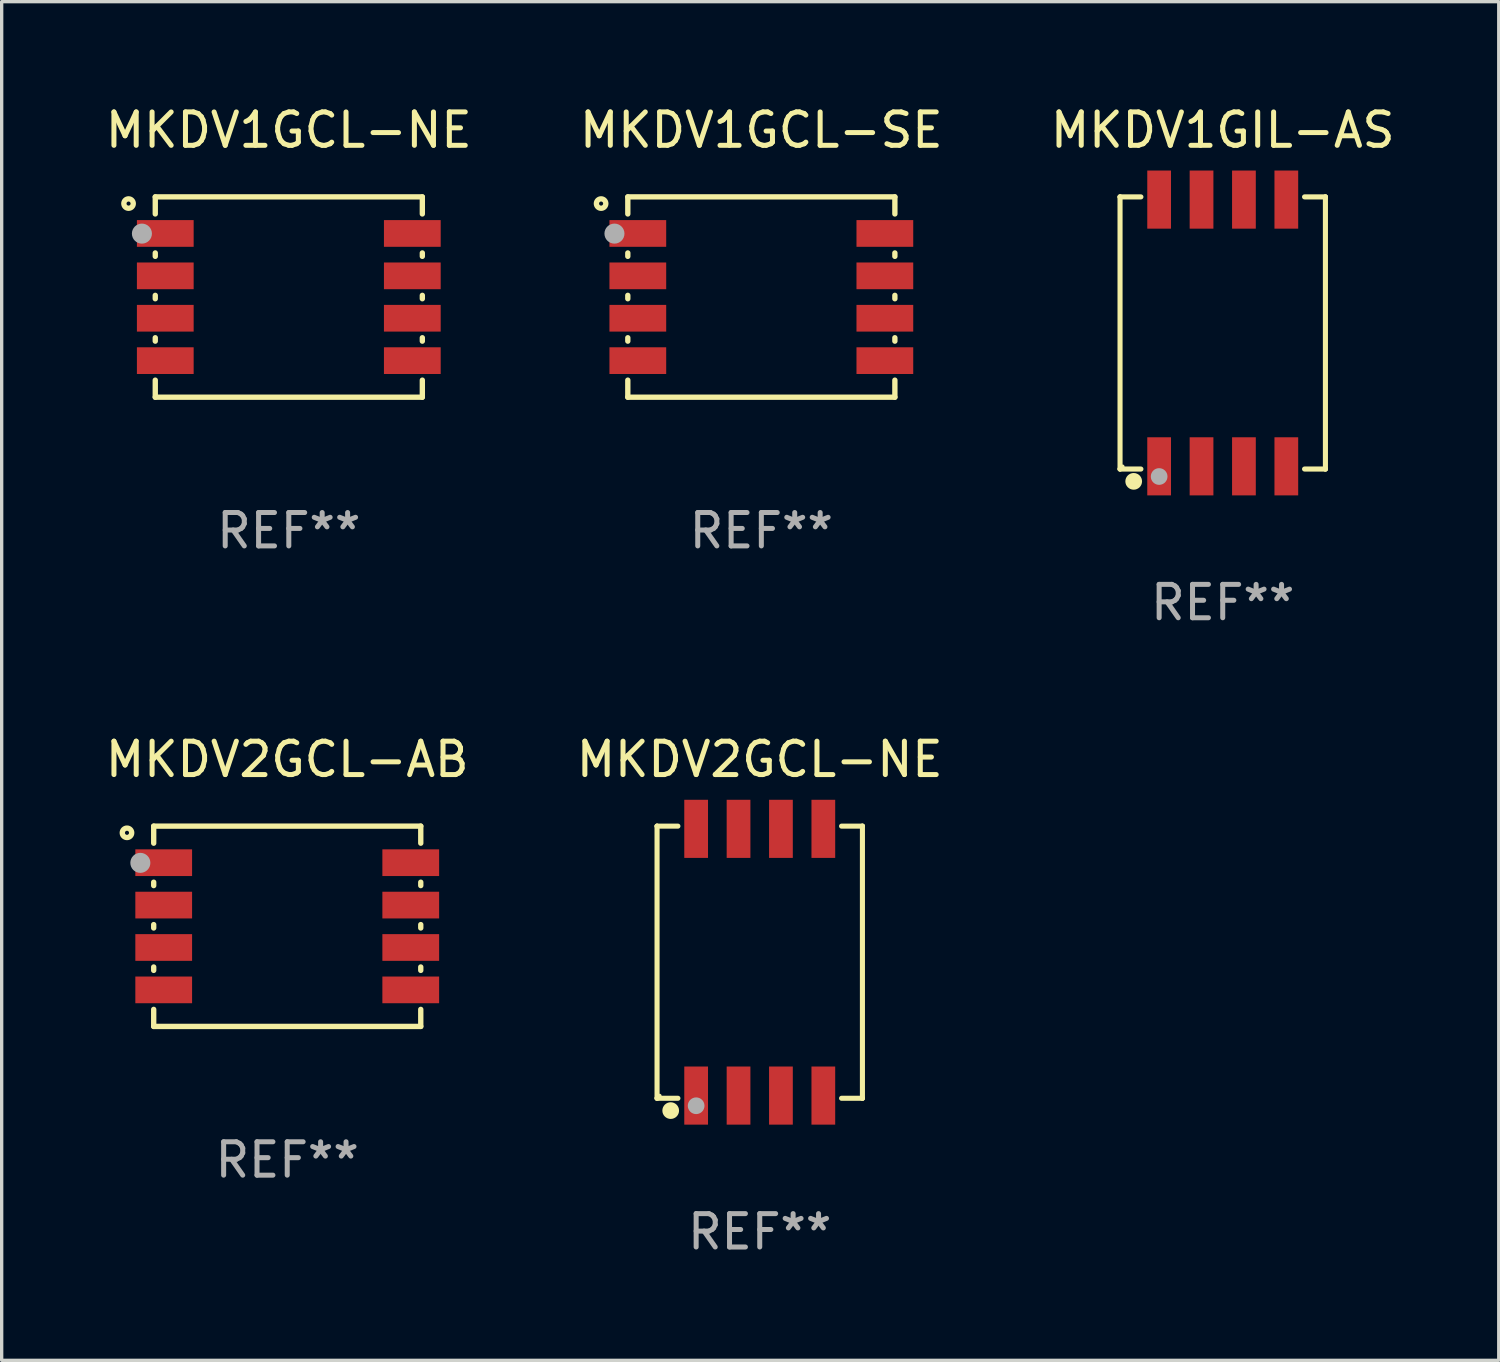
<source format=kicad_pcb>
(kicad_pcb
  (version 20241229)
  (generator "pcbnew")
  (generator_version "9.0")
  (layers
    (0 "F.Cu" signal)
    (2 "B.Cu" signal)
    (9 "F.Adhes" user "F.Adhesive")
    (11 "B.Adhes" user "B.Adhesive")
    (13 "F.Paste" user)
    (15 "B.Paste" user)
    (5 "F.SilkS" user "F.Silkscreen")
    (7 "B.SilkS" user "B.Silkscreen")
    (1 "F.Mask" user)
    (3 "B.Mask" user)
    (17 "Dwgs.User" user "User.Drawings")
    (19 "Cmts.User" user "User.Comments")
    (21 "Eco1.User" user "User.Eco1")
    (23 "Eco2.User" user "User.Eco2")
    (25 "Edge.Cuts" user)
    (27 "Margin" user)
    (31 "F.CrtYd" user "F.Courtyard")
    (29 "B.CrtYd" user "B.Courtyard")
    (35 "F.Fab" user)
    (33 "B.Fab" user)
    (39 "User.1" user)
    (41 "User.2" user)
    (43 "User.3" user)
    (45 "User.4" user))
  (footprint "MKDV2GCL-AB"
    (layer "F.Cu")
    (at 5.554 24.697)
    (property "Reference" "MKDV2GCL-AB" (at 0 -5 0) (layer "F.SilkS") (effects (font (size 1 1) (thickness 0.15))))
    (attr through_hole)
    (fp_line (start -4 -3) (end -4 -2.489) (stroke (width 0.16) (type solid)) (layer "F.SilkS"))
    (fp_line (start -4 -3) (end 4 -3) (stroke (width 0.16) (type solid)) (layer "F.SilkS"))
    (fp_line (start -4 -1.321) (end -4 -1.219) (stroke (width 0.16) (type solid)) (layer "F.SilkS"))
    (fp_line (start -4 -0.051) (end -4 0.051) (stroke (width 0.16) (type solid)) (layer "F.SilkS"))
    (fp_line (start -4 1.219) (end -4 1.321) (stroke (width 0.16) (type solid)) (layer "F.SilkS"))
    (fp_line (start -4 2.489) (end -4 3) (stroke (width 0.16) (type solid)) (layer "F.SilkS"))
    (fp_line (start -4 3) (end 4 3) (stroke (width 0.16) (type solid)) (layer "F.SilkS"))
    (fp_line (start 4 -3) (end 4 -2.489) (stroke (width 0.16) (type solid)) (layer "F.SilkS"))
    (fp_line (start 4 -1.321) (end 4 -1.219) (stroke (width 0.16) (type solid)) (layer "F.SilkS"))
    (fp_line (start 4 -0.051) (end 4 0.051) (stroke (width 0.16) (type solid)) (layer "F.SilkS"))
    (fp_line (start 4 1.219) (end 4 1.321) (stroke (width 0.16) (type solid)) (layer "F.SilkS"))
    (fp_line (start 4 2.489) (end 4 3) (stroke (width 0.16) (type solid)) (layer "F.SilkS"))
    (fp_circle (center -4.8 -2.8) (end -4.659 -2.8) (stroke (width 0.16) (type solid)) (fill no) (layer "F.SilkS"))
    (fp_circle (center -4 -3) (end -3.97 -3) (stroke (width 0.06) (type solid)) (fill no) (layer "F.SilkS"))
    (fp_circle (center -4.4 -1.9) (end -4.25 -1.9) (stroke (width 0.3) (type solid)) (fill no) (layer "F.Fab"))
    (fp_text user "REF**" (at 0 7 0) (layer "F.Fab") (effects (font (size 1 1) (thickness 0.15))))
    (pad "1" smd rect (at -3.7 -1.905) (size 1.7 0.8) (layers "F.Cu" "F.Mask" "F.Paste"))
    (pad "2" smd rect (at -3.7 -0.635) (size 1.7 0.8) (layers "F.Cu" "F.Mask" "F.Paste"))
    (pad "3" smd rect (at -3.7 0.635) (size 1.7 0.8) (layers "F.Cu" "F.Mask" "F.Paste"))
    (pad "4" smd rect (at -3.7 1.905) (size 1.7 0.8) (layers "F.Cu" "F.Mask" "F.Paste"))
    (pad "5" smd rect (at 3.7 1.905) (size 1.7 0.8) (layers "F.Cu" "F.Mask" "F.Paste"))
    (pad "6" smd rect (at 3.7 0.635) (size 1.7 0.8) (layers "F.Cu" "F.Mask" "F.Paste"))
    (pad "7" smd rect (at 3.7 -0.635) (size 1.7 0.8) (layers "F.Cu" "F.Mask" "F.Paste"))
    (pad "8" smd rect (at 3.7 -1.905) (size 1.7 0.8) (layers "F.Cu" "F.Mask" "F.Paste")))
  (footprint "MKDV1GIL-AS"
    (layer "F.Cu")
    (at 33.577 6.924)
    (property "Reference" "MKDV1GIL-AS" (at 0 -6.076 0) (layer "F.SilkS") (effects (font (size 1 1) (thickness 0.15))))
    (attr through_hole)
    (fp_line (start -3.076 -4.076) (end -3.076 -4.076) (stroke (width 0.152) (type solid)) (layer "F.SilkS"))
    (fp_line (start -3.076 -4.076) (end -2.451 -4.076) (stroke (width 0.152) (type solid)) (layer "F.SilkS"))
    (fp_line (start -3.076 4.076) (end -3.076 -4.076) (stroke (width 0.152) (type solid)) (layer "F.SilkS"))
    (fp_line (start -3.076 4.076) (end -3.076 4.076) (stroke (width 0.152) (type solid)) (layer "F.SilkS"))
    (fp_line (start -2.451 4.076) (end -3.076 4.076) (stroke (width 0.152) (type solid)) (layer "F.SilkS"))
    (fp_line (start 2.451 4.076) (end 3.076 4.076) (stroke (width 0.152) (type solid)) (layer "F.SilkS"))
    (fp_line (start 3.076 -4.076) (end 2.451 -4.076) (stroke (width 0.152) (type solid)) (layer "F.SilkS"))
    (fp_line (start 3.076 -4.076) (end 3.076 -4.076) (stroke (width 0.152) (type solid)) (layer "F.SilkS"))
    (fp_line (start 3.076 4.076) (end 3.076 -4.076) (stroke (width 0.152) (type solid)) (layer "F.SilkS"))
    (fp_line (start 3.076 4.076) (end 3.076 4.076) (stroke (width 0.152) (type solid)) (layer "F.SilkS"))
    (fp_circle (center -3 4) (end -2.97 4) (stroke (width 0.06) (type solid)) (fill no) (layer "F.SilkS"))
    (fp_circle (center -2.667 4.445) (end -2.542 4.445) (stroke (width 0.25) (type solid)) (fill no) (layer "F.SilkS"))
    (fp_circle (center -1.905 4.3) (end -1.78 4.3) (stroke (width 0.25) (type solid)) (fill no) (layer "F.Fab"))
    (fp_text user "REF**" (at 0 8.076 0) (layer "F.Fab") (effects (font (size 1 1) (thickness 0.15))))
    (pad "1" smd rect (at -1.905 3.995) (size 0.711 1.741) (layers "F.Cu" "F.Mask" "F.Paste"))
    (pad "2" smd rect (at -0.635 3.995) (size 0.711 1.741) (layers "F.Cu" "F.Mask" "F.Paste"))
    (pad "3" smd rect (at 0.635 3.995) (size 0.711 1.741) (layers "F.Cu" "F.Mask" "F.Paste"))
    (pad "4" smd rect (at 1.905 3.995) (size 0.711 1.741) (layers "F.Cu" "F.Mask" "F.Paste"))
    (pad "5" smd rect (at 1.905 -3.995) (size 0.711 1.741) (layers "F.Cu" "F.Mask" "F.Paste"))
    (pad "6" smd rect (at 0.635 -3.995) (size 0.711 1.741) (layers "F.Cu" "F.Mask" "F.Paste"))
    (pad "7" smd rect (at -0.635 -3.995) (size 0.711 1.741) (layers "F.Cu" "F.Mask" "F.Paste"))
    (pad "8" smd rect (at -1.905 -3.995) (size 0.711 1.741) (layers "F.Cu" "F.Mask" "F.Paste")))
  (footprint "MKDV1GCL-NE"
    (layer "F.Cu")
    (at 5.601 5.848)
    (property "Reference" "MKDV1GCL-NE" (at 0 -5 0) (layer "F.SilkS") (effects (font (size 1 1) (thickness 0.15))))
    (attr through_hole)
    (fp_line (start -4 -3) (end -4 -2.489) (stroke (width 0.16) (type solid)) (layer "F.SilkS"))
    (fp_line (start -4 -3) (end 4 -3) (stroke (width 0.16) (type solid)) (layer "F.SilkS"))
    (fp_line (start -4 -1.321) (end -4 -1.219) (stroke (width 0.16) (type solid)) (layer "F.SilkS"))
    (fp_line (start -4 -0.051) (end -4 0.051) (stroke (width 0.16) (type solid)) (layer "F.SilkS"))
    (fp_line (start -4 1.219) (end -4 1.321) (stroke (width 0.16) (type solid)) (layer "F.SilkS"))
    (fp_line (start -4 2.489) (end -4 3) (stroke (width 0.16) (type solid)) (layer "F.SilkS"))
    (fp_line (start -4 3) (end 4 3) (stroke (width 0.16) (type solid)) (layer "F.SilkS"))
    (fp_line (start 4 -3) (end 4 -2.489) (stroke (width 0.16) (type solid)) (layer "F.SilkS"))
    (fp_line (start 4 -1.321) (end 4 -1.219) (stroke (width 0.16) (type solid)) (layer "F.SilkS"))
    (fp_line (start 4 -0.051) (end 4 0.051) (stroke (width 0.16) (type solid)) (layer "F.SilkS"))
    (fp_line (start 4 1.219) (end 4 1.321) (stroke (width 0.16) (type solid)) (layer "F.SilkS"))
    (fp_line (start 4 2.489) (end 4 3) (stroke (width 0.16) (type solid)) (layer "F.SilkS"))
    (fp_circle (center -4.8 -2.8) (end -4.659 -2.8) (stroke (width 0.16) (type solid)) (fill no) (layer "F.SilkS"))
    (fp_circle (center -4 -3) (end -3.97 -3) (stroke (width 0.06) (type solid)) (fill no) (layer "F.SilkS"))
    (fp_circle (center -4.4 -1.9) (end -4.25 -1.9) (stroke (width 0.3) (type solid)) (fill no) (layer "F.Fab"))
    (fp_text user "REF**" (at 0 7 0) (layer "F.Fab") (effects (font (size 1 1) (thickness 0.15))))
    (pad "1" smd rect (at -3.7 -1.905) (size 1.7 0.8) (layers "F.Cu" "F.Mask" "F.Paste"))
    (pad "2" smd rect (at -3.7 -0.635) (size 1.7 0.8) (layers "F.Cu" "F.Mask" "F.Paste"))
    (pad "3" smd rect (at -3.7 0.635) (size 1.7 0.8) (layers "F.Cu" "F.Mask" "F.Paste"))
    (pad "4" smd rect (at -3.7 1.905) (size 1.7 0.8) (layers "F.Cu" "F.Mask" "F.Paste"))
    (pad "5" smd rect (at 3.7 1.905) (size 1.7 0.8) (layers "F.Cu" "F.Mask" "F.Paste"))
    (pad "6" smd rect (at 3.7 0.635) (size 1.7 0.8) (layers "F.Cu" "F.Mask" "F.Paste"))
    (pad "7" smd rect (at 3.7 -0.635) (size 1.7 0.8) (layers "F.Cu" "F.Mask" "F.Paste"))
    (pad "8" smd rect (at 3.7 -1.905) (size 1.7 0.8) (layers "F.Cu" "F.Mask" "F.Paste")))
  (footprint "MKDV1GCL-SE"
    (layer "F.Cu")
    (at 19.756 5.848)
    (property "Reference" "MKDV1GCL-SE" (at 0 -5 0) (layer "F.SilkS") (effects (font (size 1 1) (thickness 0.15))))
    (attr through_hole)
    (fp_line (start -4 -3) (end -4 -2.489) (stroke (width 0.16) (type solid)) (layer "F.SilkS"))
    (fp_line (start -4 -3) (end 4 -3) (stroke (width 0.16) (type solid)) (layer "F.SilkS"))
    (fp_line (start -4 -1.321) (end -4 -1.219) (stroke (width 0.16) (type solid)) (layer "F.SilkS"))
    (fp_line (start -4 -0.051) (end -4 0.051) (stroke (width 0.16) (type solid)) (layer "F.SilkS"))
    (fp_line (start -4 1.219) (end -4 1.321) (stroke (width 0.16) (type solid)) (layer "F.SilkS"))
    (fp_line (start -4 2.489) (end -4 3) (stroke (width 0.16) (type solid)) (layer "F.SilkS"))
    (fp_line (start -4 3) (end 4 3) (stroke (width 0.16) (type solid)) (layer "F.SilkS"))
    (fp_line (start 4 -3) (end 4 -2.489) (stroke (width 0.16) (type solid)) (layer "F.SilkS"))
    (fp_line (start 4 -1.321) (end 4 -1.219) (stroke (width 0.16) (type solid)) (layer "F.SilkS"))
    (fp_line (start 4 -0.051) (end 4 0.051) (stroke (width 0.16) (type solid)) (layer "F.SilkS"))
    (fp_line (start 4 1.219) (end 4 1.321) (stroke (width 0.16) (type solid)) (layer "F.SilkS"))
    (fp_line (start 4 2.489) (end 4 3) (stroke (width 0.16) (type solid)) (layer "F.SilkS"))
    (fp_circle (center -4.8 -2.8) (end -4.659 -2.8) (stroke (width 0.16) (type solid)) (fill no) (layer "F.SilkS"))
    (fp_circle (center -4 -3) (end -3.97 -3) (stroke (width 0.06) (type solid)) (fill no) (layer "F.SilkS"))
    (fp_circle (center -4.4 -1.9) (end -4.25 -1.9) (stroke (width 0.3) (type solid)) (fill no) (layer "F.Fab"))
    (fp_text user "REF**" (at 0 7 0) (layer "F.Fab") (effects (font (size 1 1) (thickness 0.15))))
    (pad "1" smd rect (at -3.7 -1.905) (size 1.7 0.8) (layers "F.Cu" "F.Mask" "F.Paste"))
    (pad "2" smd rect (at -3.7 -0.635) (size 1.7 0.8) (layers "F.Cu" "F.Mask" "F.Paste"))
    (pad "3" smd rect (at -3.7 0.635) (size 1.7 0.8) (layers "F.Cu" "F.Mask" "F.Paste"))
    (pad "4" smd rect (at -3.7 1.905) (size 1.7 0.8) (layers "F.Cu" "F.Mask" "F.Paste"))
    (pad "5" smd rect (at 3.7 1.905) (size 1.7 0.8) (layers "F.Cu" "F.Mask" "F.Paste"))
    (pad "6" smd rect (at 3.7 0.635) (size 1.7 0.8) (layers "F.Cu" "F.Mask" "F.Paste"))
    (pad "7" smd rect (at 3.7 -0.635) (size 1.7 0.8) (layers "F.Cu" "F.Mask" "F.Paste"))
    (pad "8" smd rect (at 3.7 -1.905) (size 1.7 0.8) (layers "F.Cu" "F.Mask" "F.Paste")))
  (footprint "MKDV2GCL-NE"
    (layer "F.Cu")
    (at 19.708 25.773)
    (property "Reference" "MKDV2GCL-NE" (at 0 -6.076 0) (layer "F.SilkS") (effects (font (size 1 1) (thickness 0.15))))
    (attr through_hole)
    (fp_line (start -3.076 -4.076) (end -3.076 -4.076) (stroke (width 0.152) (type solid)) (layer "F.SilkS"))
    (fp_line (start -3.076 -4.076) (end -2.451 -4.076) (stroke (width 0.152) (type solid)) (layer "F.SilkS"))
    (fp_line (start -3.076 4.076) (end -3.076 -4.076) (stroke (width 0.152) (type solid)) (layer "F.SilkS"))
    (fp_line (start -3.076 4.076) (end -3.076 4.076) (stroke (width 0.152) (type solid)) (layer "F.SilkS"))
    (fp_line (start -2.451 4.076) (end -3.076 4.076) (stroke (width 0.152) (type solid)) (layer "F.SilkS"))
    (fp_line (start 2.451 4.076) (end 3.076 4.076) (stroke (width 0.152) (type solid)) (layer "F.SilkS"))
    (fp_line (start 3.076 -4.076) (end 2.451 -4.076) (stroke (width 0.152) (type solid)) (layer "F.SilkS"))
    (fp_line (start 3.076 -4.076) (end 3.076 -4.076) (stroke (width 0.152) (type solid)) (layer "F.SilkS"))
    (fp_line (start 3.076 4.076) (end 3.076 -4.076) (stroke (width 0.152) (type solid)) (layer "F.SilkS"))
    (fp_line (start 3.076 4.076) (end 3.076 4.076) (stroke (width 0.152) (type solid)) (layer "F.SilkS"))
    (fp_circle (center -3 4) (end -2.97 4) (stroke (width 0.06) (type solid)) (fill no) (layer "F.SilkS"))
    (fp_circle (center -2.667 4.445) (end -2.542 4.445) (stroke (width 0.25) (type solid)) (fill no) (layer "F.SilkS"))
    (fp_circle (center -1.905 4.3) (end -1.78 4.3) (stroke (width 0.25) (type solid)) (fill no) (layer "F.Fab"))
    (fp_text user "REF**" (at 0 8.076 0) (layer "F.Fab") (effects (font (size 1 1) (thickness 0.15))))
    (pad "1" smd rect (at -1.905 3.995) (size 0.711 1.741) (layers "F.Cu" "F.Mask" "F.Paste"))
    (pad "2" smd rect (at -0.635 3.995) (size 0.711 1.741) (layers "F.Cu" "F.Mask" "F.Paste"))
    (pad "3" smd rect (at 0.635 3.995) (size 0.711 1.741) (layers "F.Cu" "F.Mask" "F.Paste"))
    (pad "4" smd rect (at 1.905 3.995) (size 0.711 1.741) (layers "F.Cu" "F.Mask" "F.Paste"))
    (pad "5" smd rect (at 1.905 -3.995) (size 0.711 1.741) (layers "F.Cu" "F.Mask" "F.Paste"))
    (pad "6" smd rect (at 0.635 -3.995) (size 0.711 1.741) (layers "F.Cu" "F.Mask" "F.Paste"))
    (pad "7" smd rect (at -0.635 -3.995) (size 0.711 1.741) (layers "F.Cu" "F.Mask" "F.Paste"))
    (pad "8" smd rect (at -1.905 -3.995) (size 0.711 1.741) (layers "F.Cu" "F.Mask" "F.Paste")))
  (gr_rect
    (start -3 -3)
    (end 41.845 37.698)
    (stroke (width 0.1) (type default))
    (fill no)
    (layer "Edge.Cuts")))
</source>
